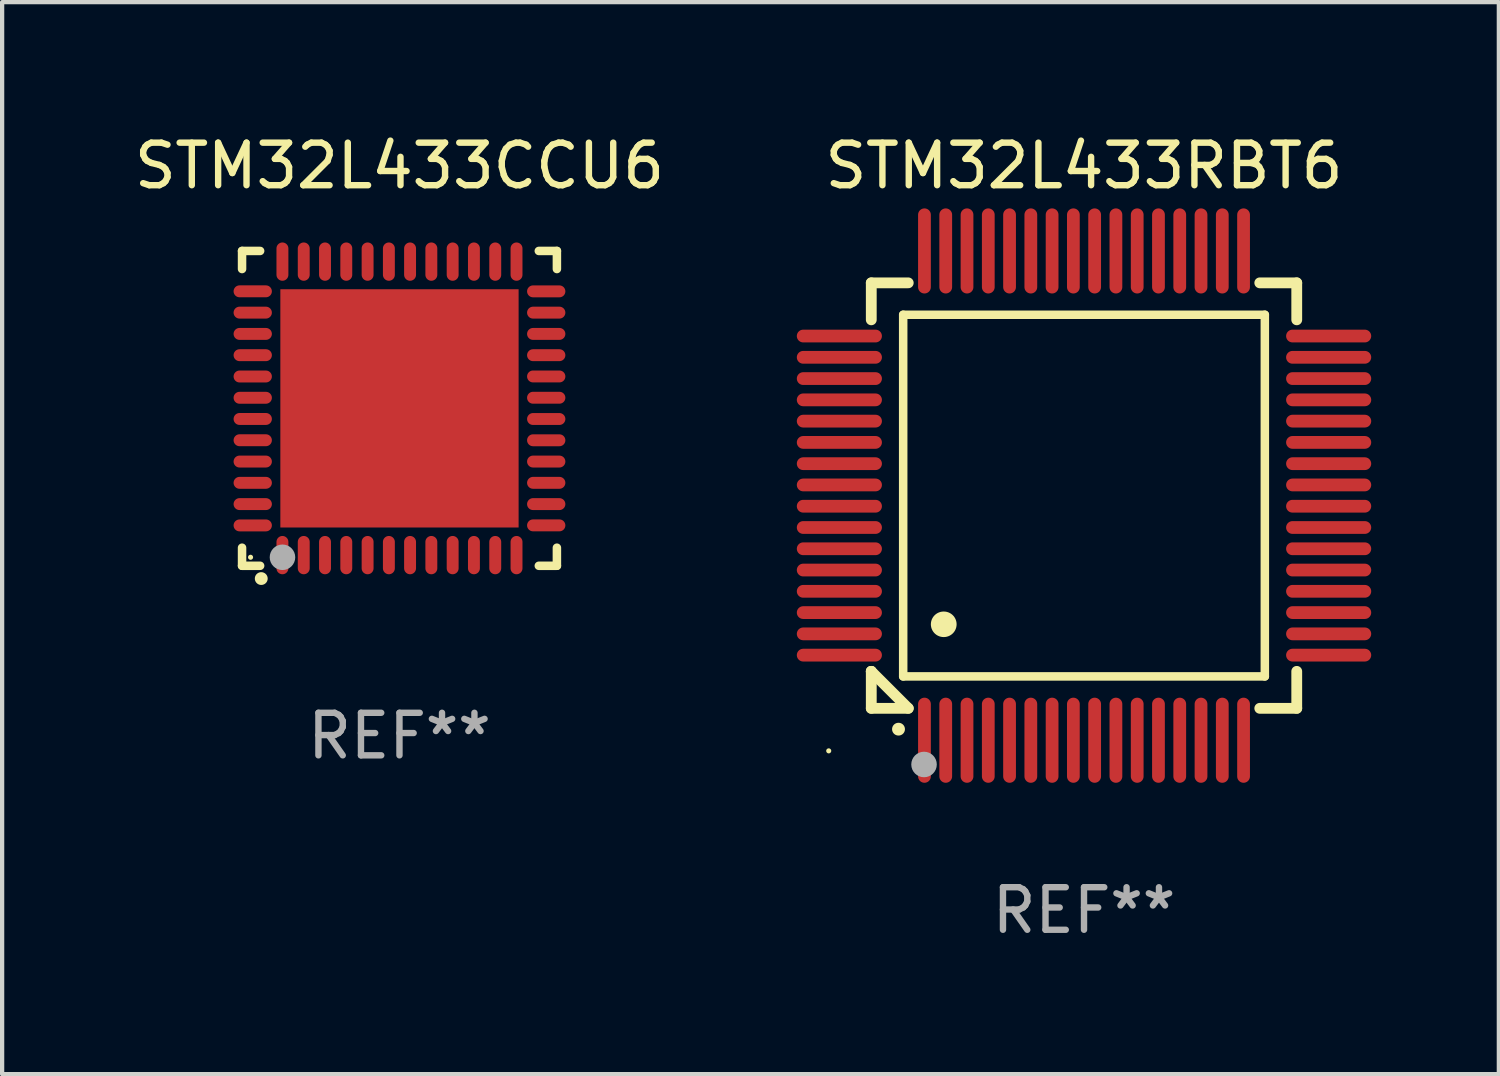
<source format=kicad_pcb>
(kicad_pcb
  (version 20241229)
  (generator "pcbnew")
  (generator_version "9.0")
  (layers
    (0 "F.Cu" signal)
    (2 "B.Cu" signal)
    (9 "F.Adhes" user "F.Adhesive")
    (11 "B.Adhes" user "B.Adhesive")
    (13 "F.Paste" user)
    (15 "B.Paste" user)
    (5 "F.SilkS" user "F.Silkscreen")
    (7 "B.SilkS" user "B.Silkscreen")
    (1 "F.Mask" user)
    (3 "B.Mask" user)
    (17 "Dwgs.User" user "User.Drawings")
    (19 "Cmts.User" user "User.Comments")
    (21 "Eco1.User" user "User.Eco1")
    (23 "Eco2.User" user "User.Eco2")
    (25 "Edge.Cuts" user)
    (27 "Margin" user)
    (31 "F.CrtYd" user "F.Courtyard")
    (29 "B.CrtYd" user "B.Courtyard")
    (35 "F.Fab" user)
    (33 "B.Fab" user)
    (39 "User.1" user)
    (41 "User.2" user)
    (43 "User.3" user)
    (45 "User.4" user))
  (footprint "STM32L433CCU6"
    (layer "F.Cu")
    (at 6.339 6.548)
    (property "Reference" "STM32L433CCU6" (at 0 -5.7 0) (layer "F.SilkS") (effects (font (size 1 1) (thickness 0.15))))
    (attr through_hole)
    (fp_line (start -3.7 -3.7) (end -3.275 -3.7) (stroke (width 0.2) (type solid)) (layer "F.SilkS"))
    (fp_line (start -3.7 -3.275) (end -3.7 -3.7) (stroke (width 0.2) (type solid)) (layer "F.SilkS"))
    (fp_line (start -3.7 3.7) (end -3.7 3.275) (stroke (width 0.2) (type solid)) (layer "F.SilkS"))
    (fp_line (start -3.275 3.7) (end -3.7 3.7) (stroke (width 0.2) (type solid)) (layer "F.SilkS"))
    (fp_line (start 3.7 -3.7) (end 3.275 -3.7) (stroke (width 0.2) (type solid)) (layer "F.SilkS"))
    (fp_line (start 3.7 -3.275) (end 3.7 -3.7) (stroke (width 0.2) (type solid)) (layer "F.SilkS"))
    (fp_line (start 3.7 3.275) (end 3.7 3.7) (stroke (width 0.2) (type solid)) (layer "F.SilkS"))
    (fp_line (start 3.7 3.7) (end 3.275 3.7) (stroke (width 0.2) (type solid)) (layer "F.SilkS"))
    (fp_arc (start -3.249936 3.999975) (mid -3.248666 3.99997) (end -3.247396 3.999975) (stroke (width 0.3) (type solid)) (layer "F.SilkS"))
    (fp_circle (center -3.5 3.5) (end -3.47 3.5) (stroke (width 0.06) (type solid)) (fill no) (layer "F.SilkS"))
    (fp_circle (center -2.75 3.5) (end -2.6 3.5) (stroke (width 0.3) (type solid)) (fill no) (layer "F.Fab"))
    (fp_text user "REF**" (at 0 7.7 0) (layer "F.Fab") (effects (font (size 1 1) (thickness 0.15))))
    (pad "1" smd oval (at -2.751 3.449) (size 0.28 0.9) (layers "F.Cu" "F.Mask" "F.Paste"))
    (pad "2" smd oval (at -2.25 3.449) (size 0.28 0.9) (layers "F.Cu" "F.Mask" "F.Paste"))
    (pad "3" smd oval (at -1.75 3.449) (size 0.28 0.9) (layers "F.Cu" "F.Mask" "F.Paste"))
    (pad "4" smd oval (at -1.25 3.449) (size 0.28 0.9) (layers "F.Cu" "F.Mask" "F.Paste"))
    (pad "5" smd oval (at -0.749 3.449) (size 0.28 0.9) (layers "F.Cu" "F.Mask" "F.Paste"))
    (pad "6" smd oval (at -0.249 3.449) (size 0.28 0.9) (layers "F.Cu" "F.Mask" "F.Paste"))
    (pad "7" smd oval (at 0.249 3.449) (size 0.28 0.9) (layers "F.Cu" "F.Mask" "F.Paste"))
    (pad "8" smd oval (at 0.749 3.449) (size 0.28 0.9) (layers "F.Cu" "F.Mask" "F.Paste"))
    (pad "9" smd oval (at 1.25 3.449) (size 0.28 0.9) (layers "F.Cu" "F.Mask" "F.Paste"))
    (pad "10" smd oval (at 1.75 3.449) (size 0.28 0.9) (layers "F.Cu" "F.Mask" "F.Paste"))
    (pad "11" smd oval (at 2.251 3.449) (size 0.28 0.9) (layers "F.Cu" "F.Mask" "F.Paste"))
    (pad "12" smd oval (at 2.751 3.449) (size 0.28 0.9) (layers "F.Cu" "F.Mask" "F.Paste"))
    (pad "13" smd oval (at 3.449 2.75) (size 0.9 0.28) (layers "F.Cu" "F.Mask" "F.Paste"))
    (pad "14" smd oval (at 3.449 2.25) (size 0.9 0.28) (layers "F.Cu" "F.Mask" "F.Paste"))
    (pad "15" smd oval (at 3.449 1.75) (size 0.9 0.28) (layers "F.Cu" "F.Mask" "F.Paste"))
    (pad "16" smd oval (at 3.449 1.25) (size 0.9 0.28) (layers "F.Cu" "F.Mask" "F.Paste"))
    (pad "17" smd oval (at 3.449 0.75) (size 0.9 0.28) (layers "F.Cu" "F.Mask" "F.Paste"))
    (pad "18" smd oval (at 3.449 0.25) (size 0.9 0.28) (layers "F.Cu" "F.Mask" "F.Paste"))
    (pad "19" smd oval (at 3.449 -0.25) (size 0.9 0.28) (layers "F.Cu" "F.Mask" "F.Paste"))
    (pad "20" smd oval (at 3.449 -0.75) (size 0.9 0.28) (layers "F.Cu" "F.Mask" "F.Paste"))
    (pad "21" smd oval (at 3.449 -1.25) (size 0.9 0.28) (layers "F.Cu" "F.Mask" "F.Paste"))
    (pad "22" smd oval (at 3.449 -1.75) (size 0.9 0.28) (layers "F.Cu" "F.Mask" "F.Paste"))
    (pad "23" smd oval (at 3.449 -2.25) (size 0.9 0.28) (layers "F.Cu" "F.Mask" "F.Paste"))
    (pad "24" smd oval (at 3.449 -2.75) (size 0.9 0.28) (layers "F.Cu" "F.Mask" "F.Paste"))
    (pad "25" smd oval (at 2.751 -3.449) (size 0.28 0.9) (layers "F.Cu" "F.Mask" "F.Paste"))
    (pad "26" smd oval (at 2.251 -3.449) (size 0.28 0.9) (layers "F.Cu" "F.Mask" "F.Paste"))
    (pad "27" smd oval (at 1.75 -3.449) (size 0.28 0.9) (layers "F.Cu" "F.Mask" "F.Paste"))
    (pad "28" smd oval (at 1.25 -3.449) (size 0.28 0.9) (layers "F.Cu" "F.Mask" "F.Paste"))
    (pad "29" smd oval (at 0.749 -3.449) (size 0.28 0.9) (layers "F.Cu" "F.Mask" "F.Paste"))
    (pad "30" smd oval (at 0.249 -3.449) (size 0.28 0.9) (layers "F.Cu" "F.Mask" "F.Paste"))
    (pad "31" smd oval (at -0.249 -3.449) (size 0.28 0.9) (layers "F.Cu" "F.Mask" "F.Paste"))
    (pad "32" smd oval (at -0.749 -3.449) (size 0.28 0.9) (layers "F.Cu" "F.Mask" "F.Paste"))
    (pad "33" smd oval (at -1.25 -3.449) (size 0.28 0.9) (layers "F.Cu" "F.Mask" "F.Paste"))
    (pad "34" smd oval (at -1.75 -3.449) (size 0.28 0.9) (layers "F.Cu" "F.Mask" "F.Paste"))
    (pad "35" smd oval (at -2.25 -3.449) (size 0.28 0.9) (layers "F.Cu" "F.Mask" "F.Paste"))
    (pad "36" smd oval (at -2.751 -3.449) (size 0.28 0.9) (layers "F.Cu" "F.Mask" "F.Paste"))
    (pad "37" smd oval (at -3.449 -2.751) (size 0.9 0.28) (layers "F.Cu" "F.Mask" "F.Paste"))
    (pad "38" smd oval (at -3.449 -2.25) (size 0.9 0.28) (layers "F.Cu" "F.Mask" "F.Paste"))
    (pad "39" smd oval (at -3.449 -1.75) (size 0.9 0.28) (layers "F.Cu" "F.Mask" "F.Paste"))
    (pad "40" smd oval (at -3.449 -1.25) (size 0.9 0.28) (layers "F.Cu" "F.Mask" "F.Paste"))
    (pad "41" smd oval (at -3.449 -0.749) (size 0.9 0.28) (layers "F.Cu" "F.Mask" "F.Paste"))
    (pad "42" smd oval (at -3.449 -0.249) (size 0.9 0.28) (layers "F.Cu" "F.Mask" "F.Paste"))
    (pad "43" smd oval (at -3.449 0.249) (size 0.9 0.28) (layers "F.Cu" "F.Mask" "F.Paste"))
    (pad "44" smd oval (at -3.449 0.749) (size 0.9 0.28) (layers "F.Cu" "F.Mask" "F.Paste"))
    (pad "45" smd oval (at -3.449 1.25) (size 0.9 0.28) (layers "F.Cu" "F.Mask" "F.Paste"))
    (pad "46" smd oval (at -3.449 1.75) (size 0.9 0.28) (layers "F.Cu" "F.Mask" "F.Paste"))
    (pad "47" smd oval (at -3.449 2.25) (size 0.9 0.28) (layers "F.Cu" "F.Mask" "F.Paste"))
    (pad "48" smd oval (at -3.449 2.751) (size 0.9 0.28) (layers "F.Cu" "F.Mask" "F.Paste"))
    (pad "49" smd rect (at 0.000076 -0.000025) (size 5.6 5.6) (layers "F.Cu" "F.Mask" "F.Paste")))
  (footprint "STM32L433RBT6"
    (layer "F.Cu")
    (at 22.428 8.598)
    (property "Reference" "STM32L433RBT6" (at 0 -7.75 0) (layer "F.SilkS") (effects (font (size 1 1) (thickness 0.15))))
    (attr through_hole)
    (fp_line (start -5 -5) (end -4.131 -5) (stroke (width 0.254) (type solid)) (layer "F.SilkS"))
    (fp_line (start -5 -4.131) (end -5 -5) (stroke (width 0.254) (type solid)) (layer "F.SilkS"))
    (fp_line (start -5 4.131) (end -5 4.131) (stroke (width 0.254) (type solid)) (layer "F.SilkS"))
    (fp_line (start -5 5) (end -5 4.131) (stroke (width 0.254) (type solid)) (layer "F.SilkS"))
    (fp_line (start -5 4.131) (end -4.131 5) (stroke (width 0.254) (type solid)) (layer "F.SilkS"))
    (fp_line (start -4.25 -4.25) (end -4.25 4.25) (stroke (width 0.2) (type solid)) (layer "F.SilkS"))
    (fp_line (start -4.25 4.25) (end 4.25 4.25) (stroke (width 0.2) (type solid)) (layer "F.SilkS"))
    (fp_line (start -4.131 5) (end -5 5) (stroke (width 0.254) (type solid)) (layer "F.SilkS"))
    (fp_line (start 4.25 -4.25) (end -4.25 -4.25) (stroke (width 0.2) (type solid)) (layer "F.SilkS"))
    (fp_line (start 4.25 4.25) (end 4.25 -4.25) (stroke (width 0.2) (type solid)) (layer "F.SilkS"))
    (fp_line (start 5 -5) (end 4.131 -5) (stroke (width 0.254) (type solid)) (layer "F.SilkS"))
    (fp_line (start 5 -5) (end 5 -4.131) (stroke (width 0.254) (type solid)) (layer "F.SilkS"))
    (fp_line (start 5 4.131) (end 5 5) (stroke (width 0.254) (type solid)) (layer "F.SilkS"))
    (fp_line (start 5 5) (end 4.131 5) (stroke (width 0.254) (type solid)) (layer "F.SilkS"))
    (fp_arc (start -4.361265 5.489992) (mid -4.359995 5.489987) (end -4.358725 5.489992) (stroke (width 0.3) (type solid)) (layer "F.SilkS"))
    (fp_arc (start -3.299467 3.025146) (mid -3.296927 3.025135) (end -3.294387 3.025146) (stroke (width 0.6) (type solid)) (layer "F.SilkS"))
    (fp_circle (center -6 6) (end -5.97 6) (stroke (width 0.06) (type solid)) (fill no) (layer "F.SilkS"))
    (fp_circle (center -3.76 6.32) (end -3.61 6.32) (stroke (width 0.3) (type solid)) (fill no) (layer "F.Fab"))
    (fp_text user "REF**" (at 0 9.75 0) (layer "F.Fab") (effects (font (size 1 1) (thickness 0.15))))
    (pad "1" smd oval (at -3.75 5.75) (size 0.3 2) (layers "F.Cu" "F.Mask" "F.Paste"))
    (pad "2" smd oval (at -3.25 5.75) (size 0.3 2) (layers "F.Cu" "F.Mask" "F.Paste"))
    (pad "3" smd oval (at -2.75 5.75) (size 0.3 2) (layers "F.Cu" "F.Mask" "F.Paste"))
    (pad "4" smd oval (at -2.25 5.75) (size 0.3 2) (layers "F.Cu" "F.Mask" "F.Paste"))
    (pad "5" smd oval (at -1.75 5.75) (size 0.3 2) (layers "F.Cu" "F.Mask" "F.Paste"))
    (pad "6" smd oval (at -1.25 5.75) (size 0.3 2) (layers "F.Cu" "F.Mask" "F.Paste"))
    (pad "7" smd oval (at -0.75 5.75) (size 0.3 2) (layers "F.Cu" "F.Mask" "F.Paste"))
    (pad "8" smd oval (at -0.25 5.75) (size 0.3 2) (layers "F.Cu" "F.Mask" "F.Paste"))
    (pad "9" smd oval (at 0.25 5.75) (size 0.3 2) (layers "F.Cu" "F.Mask" "F.Paste"))
    (pad "10" smd oval (at 0.75 5.75) (size 0.3 2) (layers "F.Cu" "F.Mask" "F.Paste"))
    (pad "11" smd oval (at 1.25 5.75) (size 0.3 2) (layers "F.Cu" "F.Mask" "F.Paste"))
    (pad "12" smd oval (at 1.75 5.75) (size 0.3 2) (layers "F.Cu" "F.Mask" "F.Paste"))
    (pad "13" smd oval (at 2.25 5.75) (size 0.3 2) (layers "F.Cu" "F.Mask" "F.Paste"))
    (pad "14" smd oval (at 2.75 5.75) (size 0.3 2) (layers "F.Cu" "F.Mask" "F.Paste"))
    (pad "15" smd oval (at 3.25 5.75) (size 0.3 2) (layers "F.Cu" "F.Mask" "F.Paste"))
    (pad "16" smd oval (at 3.75 5.75) (size 0.3 2) (layers "F.Cu" "F.Mask" "F.Paste"))
    (pad "17" smd oval (at 5.75 3.75) (size 2 0.3) (layers "F.Cu" "F.Mask" "F.Paste"))
    (pad "18" smd oval (at 5.75 3.25) (size 2 0.3) (layers "F.Cu" "F.Mask" "F.Paste"))
    (pad "19" smd oval (at 5.75 2.75) (size 2 0.3) (layers "F.Cu" "F.Mask" "F.Paste"))
    (pad "20" smd oval (at 5.75 2.25) (size 2 0.3) (layers "F.Cu" "F.Mask" "F.Paste"))
    (pad "21" smd oval (at 5.75 1.75) (size 2 0.3) (layers "F.Cu" "F.Mask" "F.Paste"))
    (pad "22" smd oval (at 5.75 1.25) (size 2 0.3) (layers "F.Cu" "F.Mask" "F.Paste"))
    (pad "23" smd oval (at 5.75 0.75) (size 2 0.3) (layers "F.Cu" "F.Mask" "F.Paste"))
    (pad "24" smd oval (at 5.75 0.25) (size 2 0.3) (layers "F.Cu" "F.Mask" "F.Paste"))
    (pad "25" smd oval (at 5.75 -0.25) (size 2 0.3) (layers "F.Cu" "F.Mask" "F.Paste"))
    (pad "26" smd oval (at 5.75 -0.75) (size 2 0.3) (layers "F.Cu" "F.Mask" "F.Paste"))
    (pad "27" smd oval (at 5.75 -1.25) (size 2 0.3) (layers "F.Cu" "F.Mask" "F.Paste"))
    (pad "28" smd oval (at 5.75 -1.75) (size 2 0.3) (layers "F.Cu" "F.Mask" "F.Paste"))
    (pad "29" smd oval (at 5.75 -2.25) (size 2 0.3) (layers "F.Cu" "F.Mask" "F.Paste"))
    (pad "30" smd oval (at 5.75 -2.75) (size 2 0.3) (layers "F.Cu" "F.Mask" "F.Paste"))
    (pad "31" smd oval (at 5.75 -3.25) (size 2 0.3) (layers "F.Cu" "F.Mask" "F.Paste"))
    (pad "32" smd oval (at 5.75 -3.75) (size 2 0.3) (layers "F.Cu" "F.Mask" "F.Paste"))
    (pad "33" smd oval (at 3.75 -5.75) (size 0.3 2) (layers "F.Cu" "F.Mask" "F.Paste"))
    (pad "34" smd oval (at 3.25 -5.75) (size 0.3 2) (layers "F.Cu" "F.Mask" "F.Paste"))
    (pad "35" smd oval (at 2.75 -5.75) (size 0.3 2) (layers "F.Cu" "F.Mask" "F.Paste"))
    (pad "36" smd oval (at 2.25 -5.75) (size 0.3 2) (layers "F.Cu" "F.Mask" "F.Paste"))
    (pad "37" smd oval (at 1.75 -5.75) (size 0.3 2) (layers "F.Cu" "F.Mask" "F.Paste"))
    (pad "38" smd oval (at 1.25 -5.75) (size 0.3 2) (layers "F.Cu" "F.Mask" "F.Paste"))
    (pad "39" smd oval (at 0.75 -5.75) (size 0.3 2) (layers "F.Cu" "F.Mask" "F.Paste"))
    (pad "40" smd oval (at 0.25 -5.75) (size 0.3 2) (layers "F.Cu" "F.Mask" "F.Paste"))
    (pad "41" smd oval (at -0.25 -5.75) (size 0.3 2) (layers "F.Cu" "F.Mask" "F.Paste"))
    (pad "42" smd oval (at -0.75 -5.75) (size 0.3 2) (layers "F.Cu" "F.Mask" "F.Paste"))
    (pad "43" smd oval (at -1.25 -5.75) (size 0.3 2) (layers "F.Cu" "F.Mask" "F.Paste"))
    (pad "44" smd oval (at -1.75 -5.75) (size 0.3 2) (layers "F.Cu" "F.Mask" "F.Paste"))
    (pad "45" smd oval (at -2.25 -5.75) (size 0.3 2) (layers "F.Cu" "F.Mask" "F.Paste"))
    (pad "46" smd oval (at -2.75 -5.75) (size 0.3 2) (layers "F.Cu" "F.Mask" "F.Paste"))
    (pad "47" smd oval (at -3.25 -5.75) (size 0.3 2) (layers "F.Cu" "F.Mask" "F.Paste"))
    (pad "48" smd oval (at -3.75 -5.75) (size 0.3 2) (layers "F.Cu" "F.Mask" "F.Paste"))
    (pad "49" smd oval (at -5.75 -3.75) (size 2 0.3) (layers "F.Cu" "F.Mask" "F.Paste"))
    (pad "50" smd oval (at -5.75 -3.25) (size 2 0.3) (layers "F.Cu" "F.Mask" "F.Paste"))
    (pad "51" smd oval (at -5.75 -2.75) (size 2 0.3) (layers "F.Cu" "F.Mask" "F.Paste"))
    (pad "52" smd oval (at -5.75 -2.25) (size 2 0.3) (layers "F.Cu" "F.Mask" "F.Paste"))
    (pad "53" smd oval (at -5.75 -1.75) (size 2 0.3) (layers "F.Cu" "F.Mask" "F.Paste"))
    (pad "54" smd oval (at -5.75 -1.25) (size 2 0.3) (layers "F.Cu" "F.Mask" "F.Paste"))
    (pad "55" smd oval (at -5.75 -0.75) (size 2 0.3) (layers "F.Cu" "F.Mask" "F.Paste"))
    (pad "56" smd oval (at -5.75 -0.25) (size 2 0.3) (layers "F.Cu" "F.Mask" "F.Paste"))
    (pad "57" smd oval (at -5.75 0.25) (size 2 0.3) (layers "F.Cu" "F.Mask" "F.Paste"))
    (pad "58" smd oval (at -5.75 0.75) (size 2 0.3) (layers "F.Cu" "F.Mask" "F.Paste"))
    (pad "59" smd oval (at -5.75 1.25) (size 2 0.3) (layers "F.Cu" "F.Mask" "F.Paste"))
    (pad "60" smd oval (at -5.75 1.75) (size 2 0.3) (layers "F.Cu" "F.Mask" "F.Paste"))
    (pad "61" smd oval (at -5.75 2.25) (size 2 0.3) (layers "F.Cu" "F.Mask" "F.Paste"))
    (pad "62" smd oval (at -5.75 2.75) (size 2 0.3) (layers "F.Cu" "F.Mask" "F.Paste"))
    (pad "63" smd oval (at -5.75 3.25) (size 2 0.3) (layers "F.Cu" "F.Mask" "F.Paste"))
    (pad "64" smd oval (at -5.75 3.75) (size 2 0.3) (layers "F.Cu" "F.Mask" "F.Paste")))
  (gr_rect
    (start -3 -3)
    (end 32.178 22.196)
    (stroke (width 0.1) (type default))
    (fill no)
    (layer "Edge.Cuts")))
</source>
